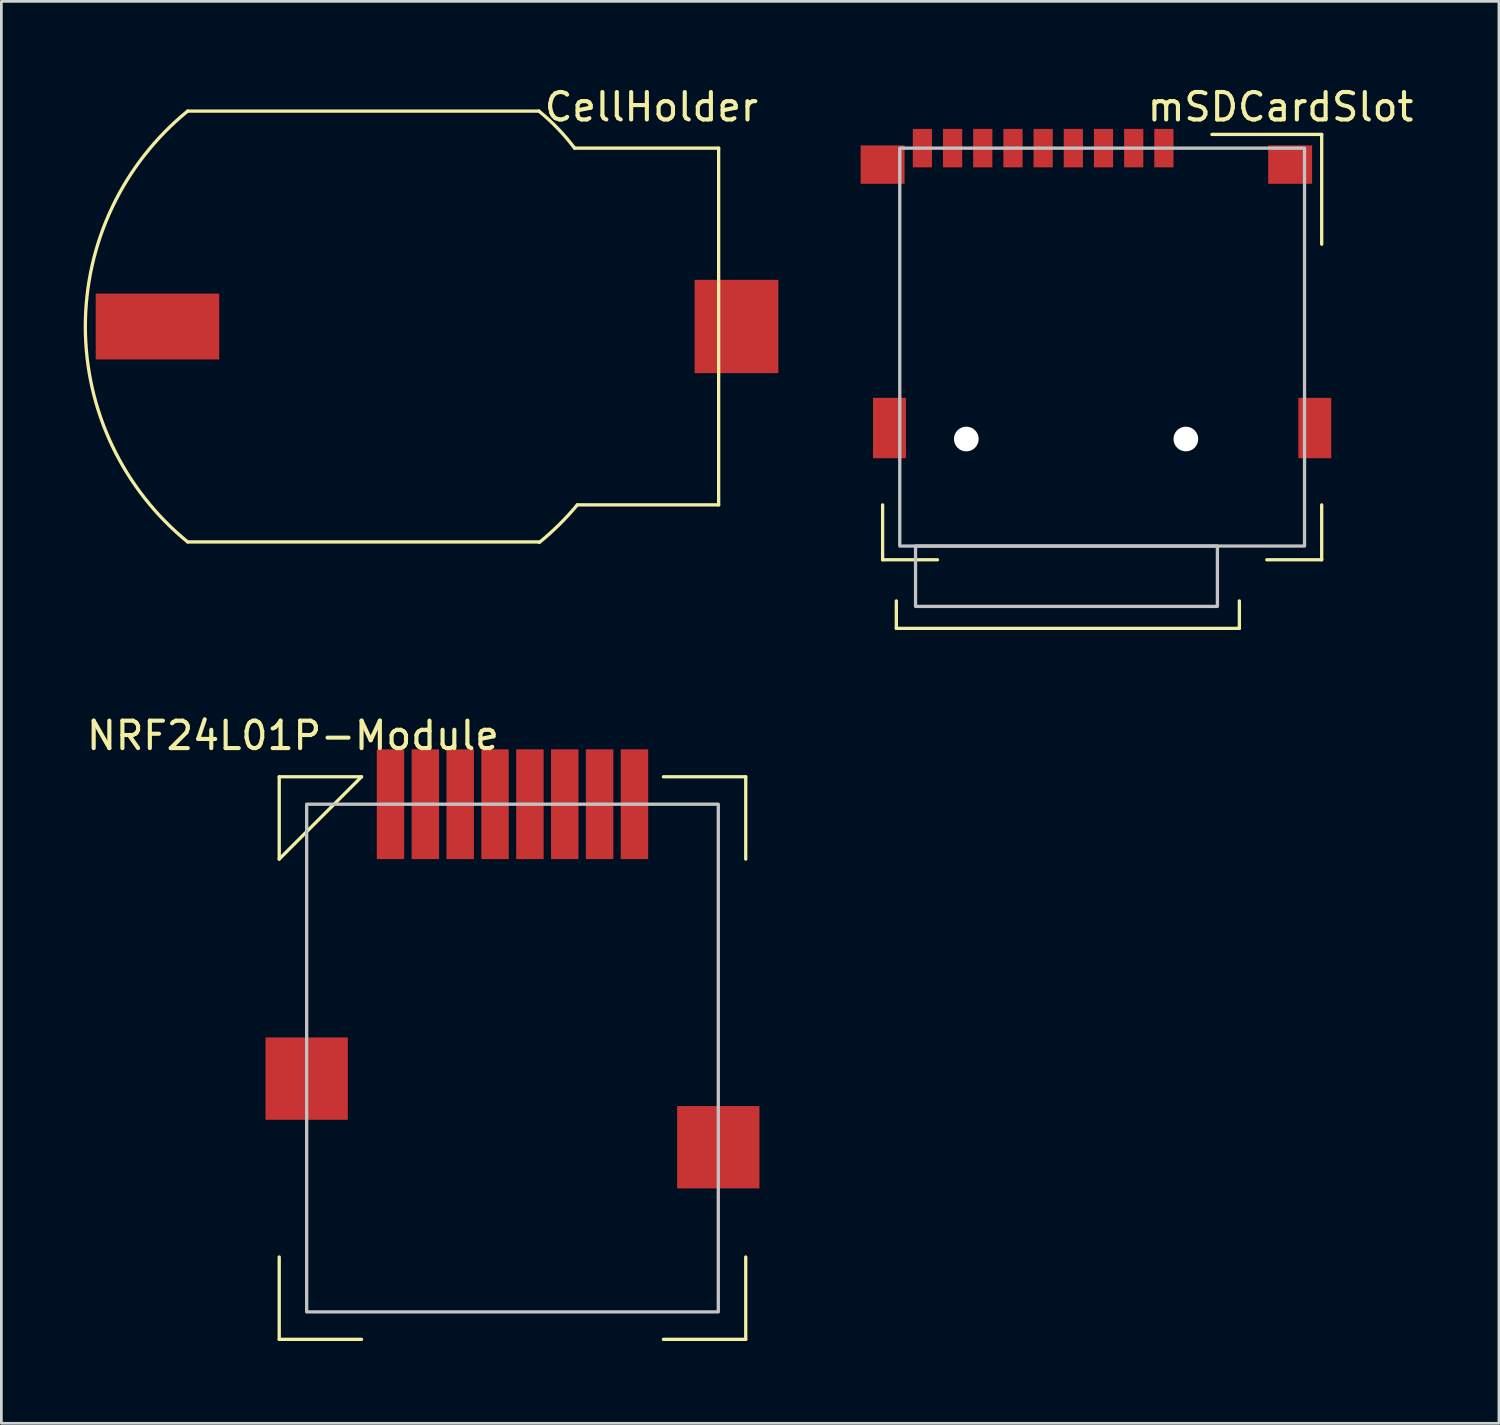
<source format=kicad_pcb>
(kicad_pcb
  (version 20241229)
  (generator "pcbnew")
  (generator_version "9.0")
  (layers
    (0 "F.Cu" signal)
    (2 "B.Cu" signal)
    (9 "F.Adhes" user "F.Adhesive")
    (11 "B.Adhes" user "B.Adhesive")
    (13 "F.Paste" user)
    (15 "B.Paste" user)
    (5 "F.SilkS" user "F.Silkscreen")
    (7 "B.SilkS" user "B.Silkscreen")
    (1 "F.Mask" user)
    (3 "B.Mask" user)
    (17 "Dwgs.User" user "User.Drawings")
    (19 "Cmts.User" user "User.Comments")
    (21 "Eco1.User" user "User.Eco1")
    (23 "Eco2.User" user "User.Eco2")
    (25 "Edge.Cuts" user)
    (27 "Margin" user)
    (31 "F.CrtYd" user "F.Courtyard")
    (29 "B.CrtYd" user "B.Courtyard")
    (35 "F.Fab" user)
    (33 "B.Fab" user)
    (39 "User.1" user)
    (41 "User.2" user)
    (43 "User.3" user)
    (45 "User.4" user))
  (footprint "CellHolder"
    (layer "F.Cu")
    (at 10.188 8.848)
    (property "Reference" "CellHolder" (at 10.5 -8 0) (unlocked yes) (layer "F.SilkS") (effects (font (size 1 1) (thickness 0.15))))
    (attr smd)
    (fp_line (start -6.4 -7.85) (end 6.4 -7.85) (stroke (width 0.12) (type solid)) (layer "F.SilkS"))
    (fp_line (start -6.4 7.85) (end 6.4 7.85) (stroke (width 0.12) (type solid)) (layer "F.SilkS"))
    (fp_line (start 7.7 -6.5) (end 12.95 -6.5) (stroke (width 0.12) (type solid)) (layer "F.SilkS"))
    (fp_line (start 7.8 6.5) (end 12.95 6.5) (stroke (width 0.12) (type solid)) (layer "F.SilkS"))
    (fp_line (start 12.95 -6.5) (end 12.95 6.5) (stroke (width 0.12) (type solid)) (layer "F.SilkS"))
    (fp_arc (start -6.399999 7.849999) (mid -10.128301 0) (end -6.399999 -7.849999) (stroke (width 0.12) (type solid)) (layer "F.SilkS"))
    (fp_arc (start 6.399999 -7.849999) (mid 7.09064 -7.214135) (end 7.7 -6.5) (stroke (width 0.12) (type solid)) (layer "F.SilkS"))
    (fp_arc (start 7.8 6.5) (mid 7.140808 7.217955) (end 6.415811 7.869394) (stroke (width 0.12) (type solid)) (layer "F.SilkS"))
    (pad "1" smd rect (at 13.6 0) (size 3.05 3.4) (layers "F.Cu" "F.Mask" "F.Paste"))
    (pad "2" smd rect (at -7.5 0) (size 4.5 2.4) (layers "F.Cu" "F.Mask" "F.Paste")))
  (footprint "NRF24L01P-Module"
    (layer "F.Cu")
    (at 15.625 26.256)
    (property "Reference" "NRF24L01P-Module" (at -8 -2.5 0) (unlocked yes) (layer "F.SilkS") (effects (font (size 1 1) (thickness 0.15))))
    (attr smd)
    (fp_line (start -8.5 -1) (end -8.5 2) (stroke (width 0.12) (type solid)) (layer "F.SilkS"))
    (fp_line (start -8.5 2) (end -5.5 -1) (stroke (width 0.12) (type solid)) (layer "F.SilkS"))
    (fp_line (start -8.5 16.5) (end -8.5 19.5) (stroke (width 0.12) (type solid)) (layer "F.SilkS"))
    (fp_line (start -8.5 19.5) (end -5.5 19.5) (stroke (width 0.12) (type solid)) (layer "F.SilkS"))
    (fp_line (start -5.5 -1) (end -8.5 -1) (stroke (width 0.12) (type solid)) (layer "F.SilkS"))
    (fp_line (start 8.5 -1) (end 5.5 -1) (stroke (width 0.12) (type solid)) (layer "F.SilkS"))
    (fp_line (start 8.5 -1) (end 8.5 2) (stroke (width 0.12) (type solid)) (layer "F.SilkS"))
    (fp_line (start 8.5 16.5) (end 8.5 19.5) (stroke (width 0.12) (type solid)) (layer "F.SilkS"))
    (fp_line (start 8.5 19.5) (end 5.5 19.5) (stroke (width 0.12) (type solid)) (layer "F.SilkS"))
    (fp_rect (start -7.5 0) (end 7.5 18.5) (stroke (width 0.12) (type solid)) (fill no) (layer "Dwgs.User"))
    (pad "1" smd rect (at 4.445 0 90) (size 4 1) (layers "F.Cu" "F.Mask" "F.Paste"))
    (pad "2" smd rect (at 3.175 0 90) (size 4 1) (layers "F.Cu" "F.Mask" "F.Paste"))
    (pad "3" smd rect (at 1.905 0 90) (size 4 1) (layers "F.Cu" "F.Mask" "F.Paste"))
    (pad "4" smd rect (at 0.635 0 90) (size 4 1) (layers "F.Cu" "F.Mask" "F.Paste"))
    (pad "5" smd rect (at -0.635 0 90) (size 4 1) (layers "F.Cu" "F.Mask" "F.Paste"))
    (pad "6" smd rect (at -1.905 0 90) (size 4 1) (layers "F.Cu" "F.Mask" "F.Paste"))
    (pad "7" smd rect (at -3.175 0 90) (size 4 1) (layers "F.Cu" "F.Mask" "F.Paste"))
    (pad "8" smd rect (at -4.445 0 90) (size 4 1) (layers "F.Cu" "F.Mask" "F.Paste"))
    (pad "MP" smd rect (at -7.5 10 90) (size 3 3) (layers "F.Cu" "F.Mask" "F.Paste"))
    (pad "MP" smd rect (at 7.5 12.5 90) (size 3 3) (layers "F.Cu" "F.Mask" "F.Paste")))
  (footprint "mSDCardSlot"
    (layer "F.Cu")
    (at 37.113 2.348)
    (property "Reference" "mSDCardSlot" (at 6.5 -1.5 0) (unlocked yes) (layer "F.SilkS") (effects (font (size 1 1) (thickness 0.15))))
    (attr smd)
    (fp_line (start -8 13) (end -8 15) (stroke (width 0.12) (type solid)) (layer "F.SilkS"))
    (fp_line (start -8 15) (end -6 15) (stroke (width 0.12) (type solid)) (layer "F.SilkS"))
    (fp_line (start -7.5 16.5) (end -7.5 17.5) (stroke (width 0.12) (type solid)) (layer "F.SilkS"))
    (fp_line (start -7.5 17.5) (end 5 17.5) (stroke (width 0.12) (type solid)) (layer "F.SilkS"))
    (fp_line (start 4 -0.5) (end 8 -0.5) (stroke (width 0.12) (type solid)) (layer "F.SilkS"))
    (fp_line (start 5 17.5) (end 5 16.5) (stroke (width 0.12) (type solid)) (layer "F.SilkS"))
    (fp_line (start 6 15) (end 8 15) (stroke (width 0.12) (type solid)) (layer "F.SilkS"))
    (fp_line (start 8 -0.5) (end 8 3.5) (stroke (width 0.12) (type solid)) (layer "F.SilkS"))
    (fp_line (start 8 15) (end 8 13) (stroke (width 0.12) (type solid)) (layer "F.SilkS"))
    (fp_rect (start -7.375 0) (end 7.375 14.5) (stroke (width 0.12) (type solid)) (fill no) (layer "Dwgs.User"))
    (fp_rect (start -6.8 14.5) (end 4.2 16.7) (stroke (width 0.12) (type solid)) (fill no) (layer "Dwgs.User"))
    (pad "" np_thru_hole circle (at -4.95 10.6) (size 0.9 0.9) (drill 0.9) (layers "*.Cu" "*.Mask"))
    (pad "" np_thru_hole circle (at 3.05 10.6) (size 0.9 0.9) (drill 0.9) (layers "*.Cu" "*.Mask"))
    (pad "1" smd rect (at 2.25 0) (size 0.7 1.4) (layers "F.Cu" "F.Mask" "F.Paste"))
    (pad "2" smd rect (at 1.15 0) (size 0.7 1.4) (layers "F.Cu" "F.Mask" "F.Paste"))
    (pad "3" smd rect (at 0.05 0) (size 0.7 1.4) (layers "F.Cu" "F.Mask" "F.Paste"))
    (pad "4" smd rect (at -1.05 0) (size 0.7 1.4) (layers "F.Cu" "F.Mask" "F.Paste"))
    (pad "5" smd rect (at -2.15 0) (size 0.7 1.4) (layers "F.Cu" "F.Mask" "F.Paste"))
    (pad "6" smd rect (at -3.25 0) (size 0.7 1.4) (layers "F.Cu" "F.Mask" "F.Paste"))
    (pad "7" smd rect (at -4.35 0) (size 0.7 1.4) (layers "F.Cu" "F.Mask" "F.Paste"))
    (pad "8" smd rect (at -5.45 0) (size 0.7 1.4) (layers "F.Cu" "F.Mask" "F.Paste"))
    (pad "9" smd rect (at -6.55 0) (size 0.7 1.4) (layers "F.Cu" "F.Mask" "F.Paste"))
    (pad "MP" smd rect (at -8 0.6) (size 1.6 1.4) (layers "F.Cu" "F.Mask" "F.Paste"))
    (pad "MP" smd rect (at -7.75 10.2) (size 1.2 2.2) (layers "F.Cu" "F.Mask" "F.Paste"))
    (pad "MP" smd rect (at 6.85 0.6) (size 1.6 1.4) (layers "F.Cu" "F.Mask" "F.Paste"))
    (pad "MP" smd rect (at 7.75 10.2) (size 1.2 2.2) (layers "F.Cu" "F.Mask" "F.Paste")))
  (gr_rect
    (start -3 -3)
    (end 51.572 48.816)
    (stroke (width 0.1) (type default))
    (fill no)
    (layer "Edge.Cuts")))
</source>
